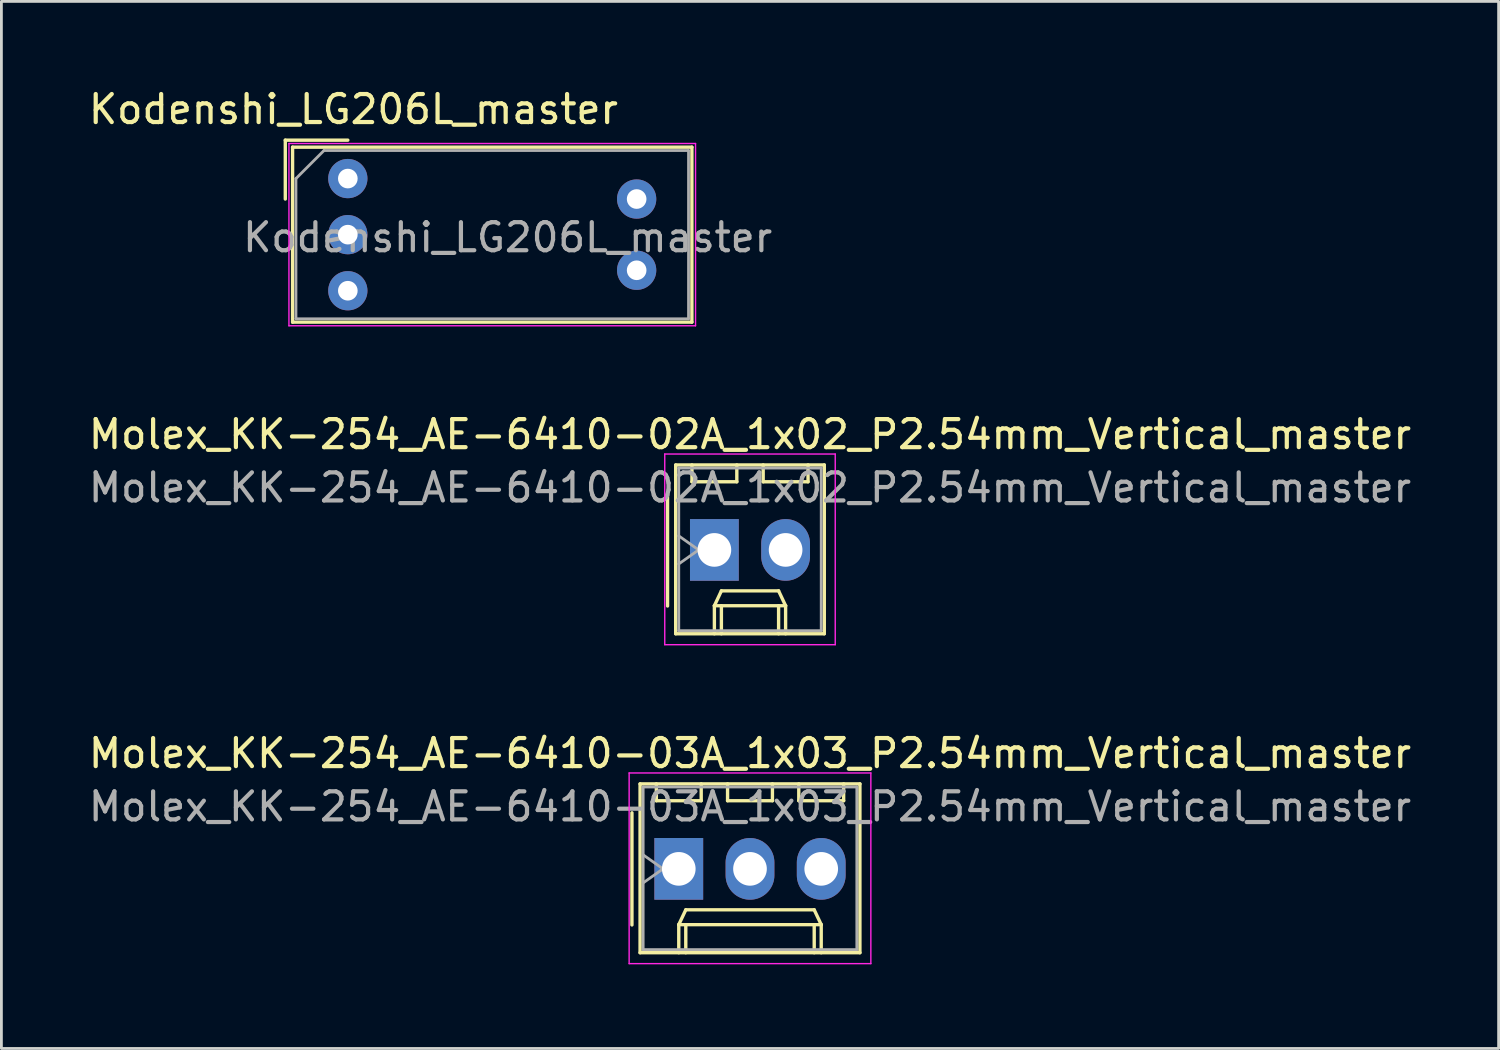
<source format=kicad_pcb>
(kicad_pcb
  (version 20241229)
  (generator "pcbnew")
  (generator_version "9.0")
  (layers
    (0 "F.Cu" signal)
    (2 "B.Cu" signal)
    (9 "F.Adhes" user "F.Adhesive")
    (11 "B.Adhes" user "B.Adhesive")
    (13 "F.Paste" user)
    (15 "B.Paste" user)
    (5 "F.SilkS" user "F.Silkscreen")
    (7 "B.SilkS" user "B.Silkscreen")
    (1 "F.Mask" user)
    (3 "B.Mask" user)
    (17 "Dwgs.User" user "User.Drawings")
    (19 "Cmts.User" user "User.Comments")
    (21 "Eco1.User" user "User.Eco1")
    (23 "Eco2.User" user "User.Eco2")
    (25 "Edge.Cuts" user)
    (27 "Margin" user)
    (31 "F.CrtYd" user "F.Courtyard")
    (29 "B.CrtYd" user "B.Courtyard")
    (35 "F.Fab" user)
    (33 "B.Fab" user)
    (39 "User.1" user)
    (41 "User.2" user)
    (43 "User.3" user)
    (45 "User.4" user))
  (footprint "Molex_KK-254_AE-6410-03A_1x03_P2.54mm_Vertical_master"
    (layer "F.Cu")
    (at 21.156 27.935)
    (property "Reference" "Molex_KK-254_AE-6410-03A_1x03_P2.54mm_Vertical_master" (at 2.54 -4.12 0) (layer "F.SilkS") (effects (font (size 1 1) (thickness 0.15))))
    (attr through_hole)
    (fp_line (start -1.67 -2) (end -1.67 2) (stroke (width 0.12) (type solid)) (layer "F.SilkS"))
    (fp_line (start -1.38 -3.03) (end -1.38 2.99) (stroke (width 0.12) (type solid)) (layer "F.SilkS"))
    (fp_line (start -1.38 2.99) (end 6.46 2.99) (stroke (width 0.12) (type solid)) (layer "F.SilkS"))
    (fp_line (start -0.8 -3.03) (end -0.8 -2.43) (stroke (width 0.12) (type solid)) (layer "F.SilkS"))
    (fp_line (start -0.8 -2.43) (end 0.8 -2.43) (stroke (width 0.12) (type solid)) (layer "F.SilkS"))
    (fp_line (start 0 1.99) (end 0.25 1.46) (stroke (width 0.12) (type solid)) (layer "F.SilkS"))
    (fp_line (start 0 1.99) (end 5.08 1.99) (stroke (width 0.12) (type solid)) (layer "F.SilkS"))
    (fp_line (start 0 2.99) (end 0 1.99) (stroke (width 0.12) (type solid)) (layer "F.SilkS"))
    (fp_line (start 0.25 1.46) (end 4.83 1.46) (stroke (width 0.12) (type solid)) (layer "F.SilkS"))
    (fp_line (start 0.25 2.99) (end 0.25 1.99) (stroke (width 0.12) (type solid)) (layer "F.SilkS"))
    (fp_line (start 0.8 -2.43) (end 0.8 -3.03) (stroke (width 0.12) (type solid)) (layer "F.SilkS"))
    (fp_line (start 1.74 -3.03) (end 1.74 -2.43) (stroke (width 0.12) (type solid)) (layer "F.SilkS"))
    (fp_line (start 1.74 -2.43) (end 3.34 -2.43) (stroke (width 0.12) (type solid)) (layer "F.SilkS"))
    (fp_line (start 3.34 -2.43) (end 3.34 -3.03) (stroke (width 0.12) (type solid)) (layer "F.SilkS"))
    (fp_line (start 4.28 -3.03) (end 4.28 -2.43) (stroke (width 0.12) (type solid)) (layer "F.SilkS"))
    (fp_line (start 4.28 -2.43) (end 5.88 -2.43) (stroke (width 0.12) (type solid)) (layer "F.SilkS"))
    (fp_line (start 4.83 1.46) (end 5.08 1.99) (stroke (width 0.12) (type solid)) (layer "F.SilkS"))
    (fp_line (start 4.83 2.99) (end 4.83 1.99) (stroke (width 0.12) (type solid)) (layer "F.SilkS"))
    (fp_line (start 5.08 1.99) (end 5.08 2.99) (stroke (width 0.12) (type solid)) (layer "F.SilkS"))
    (fp_line (start 5.88 -2.43) (end 5.88 -3.03) (stroke (width 0.12) (type solid)) (layer "F.SilkS"))
    (fp_line (start 6.46 -3.03) (end -1.38 -3.03) (stroke (width 0.12) (type solid)) (layer "F.SilkS"))
    (fp_line (start 6.46 2.99) (end 6.46 -3.03) (stroke (width 0.12) (type solid)) (layer "F.SilkS"))
    (fp_line (start -1.77 -3.42) (end -1.77 3.38) (stroke (width 0.05) (type solid)) (layer "F.CrtYd"))
    (fp_line (start -1.77 3.38) (end 6.85 3.38) (stroke (width 0.05) (type solid)) (layer "F.CrtYd"))
    (fp_line (start 6.85 -3.42) (end -1.77 -3.42) (stroke (width 0.05) (type solid)) (layer "F.CrtYd"))
    (fp_line (start 6.85 3.38) (end 6.85 -3.42) (stroke (width 0.05) (type solid)) (layer "F.CrtYd"))
    (fp_line (start -1.27 -2.92) (end -1.27 2.88) (stroke (width 0.1) (type solid)) (layer "F.Fab"))
    (fp_line (start -1.27 -0.5) (end -0.563 0) (stroke (width 0.1) (type solid)) (layer "F.Fab"))
    (fp_line (start -1.27 2.88) (end 6.35 2.88) (stroke (width 0.1) (type solid)) (layer "F.Fab"))
    (fp_line (start -0.563 0) (end -1.27 0.5) (stroke (width 0.1) (type solid)) (layer "F.Fab"))
    (fp_line (start 6.35 -2.92) (end -1.27 -2.92) (stroke (width 0.1) (type solid)) (layer "F.Fab"))
    (fp_line (start 6.35 2.88) (end 6.35 -2.92) (stroke (width 0.1) (type solid)) (layer "F.Fab"))
    (fp_text user "${REFERENCE}" (at 2.54 -2.22 0) (layer "F.Fab") (effects (font (size 1 1) (thickness 0.15))))
    (pad "1" thru_hole rect (at 0 0) (size 1.74 2.2) (drill 1.2) (layers "*.Cu" "*.Mask"))
    (pad "2" thru_hole oval (at 2.54 0) (size 1.74 2.2) (drill 1.2) (layers "*.Cu" "*.Mask"))
    (pad "3" thru_hole oval (at 5.08 0) (size 1.74 2.2) (drill 1.2) (layers "*.Cu" "*.Mask")))
  (footprint "Molex_KK-254_AE-6410-02A_1x02_P2.54mm_Vertical_master"
    (layer "F.Cu")
    (at 22.426 16.561)
    (property "Reference" "Molex_KK-254_AE-6410-02A_1x02_P2.54mm_Vertical_master" (at 1.27 -4.12 0) (layer "F.SilkS") (effects (font (size 1 1) (thickness 0.15))))
    (attr through_hole)
    (fp_line (start -1.67 -2) (end -1.67 2) (stroke (width 0.12) (type solid)) (layer "F.SilkS"))
    (fp_line (start -1.38 -3.03) (end -1.38 2.99) (stroke (width 0.12) (type solid)) (layer "F.SilkS"))
    (fp_line (start -1.38 2.99) (end 3.92 2.99) (stroke (width 0.12) (type solid)) (layer "F.SilkS"))
    (fp_line (start -0.8 -3.03) (end -0.8 -2.43) (stroke (width 0.12) (type solid)) (layer "F.SilkS"))
    (fp_line (start -0.8 -2.43) (end 0.8 -2.43) (stroke (width 0.12) (type solid)) (layer "F.SilkS"))
    (fp_line (start 0 1.99) (end 0.25 1.46) (stroke (width 0.12) (type solid)) (layer "F.SilkS"))
    (fp_line (start 0 1.99) (end 2.54 1.99) (stroke (width 0.12) (type solid)) (layer "F.SilkS"))
    (fp_line (start 0 2.99) (end 0 1.99) (stroke (width 0.12) (type solid)) (layer "F.SilkS"))
    (fp_line (start 0.25 1.46) (end 2.29 1.46) (stroke (width 0.12) (type solid)) (layer "F.SilkS"))
    (fp_line (start 0.25 2.99) (end 0.25 1.99) (stroke (width 0.12) (type solid)) (layer "F.SilkS"))
    (fp_line (start 0.8 -2.43) (end 0.8 -3.03) (stroke (width 0.12) (type solid)) (layer "F.SilkS"))
    (fp_line (start 1.74 -3.03) (end 1.74 -2.43) (stroke (width 0.12) (type solid)) (layer "F.SilkS"))
    (fp_line (start 1.74 -2.43) (end 3.34 -2.43) (stroke (width 0.12) (type solid)) (layer "F.SilkS"))
    (fp_line (start 2.29 1.46) (end 2.54 1.99) (stroke (width 0.12) (type solid)) (layer "F.SilkS"))
    (fp_line (start 2.29 2.99) (end 2.29 1.99) (stroke (width 0.12) (type solid)) (layer "F.SilkS"))
    (fp_line (start 2.54 1.99) (end 2.54 2.99) (stroke (width 0.12) (type solid)) (layer "F.SilkS"))
    (fp_line (start 3.34 -2.43) (end 3.34 -3.03) (stroke (width 0.12) (type solid)) (layer "F.SilkS"))
    (fp_line (start 3.92 -3.03) (end -1.38 -3.03) (stroke (width 0.12) (type solid)) (layer "F.SilkS"))
    (fp_line (start 3.92 2.99) (end 3.92 -3.03) (stroke (width 0.12) (type solid)) (layer "F.SilkS"))
    (fp_line (start -1.77 -3.42) (end -1.77 3.38) (stroke (width 0.05) (type solid)) (layer "F.CrtYd"))
    (fp_line (start -1.77 3.38) (end 4.31 3.38) (stroke (width 0.05) (type solid)) (layer "F.CrtYd"))
    (fp_line (start 4.31 -3.42) (end -1.77 -3.42) (stroke (width 0.05) (type solid)) (layer "F.CrtYd"))
    (fp_line (start 4.31 3.38) (end 4.31 -3.42) (stroke (width 0.05) (type solid)) (layer "F.CrtYd"))
    (fp_line (start -1.27 -2.92) (end -1.27 2.88) (stroke (width 0.1) (type solid)) (layer "F.Fab"))
    (fp_line (start -1.27 -0.5) (end -0.563 0) (stroke (width 0.1) (type solid)) (layer "F.Fab"))
    (fp_line (start -1.27 2.88) (end 3.81 2.88) (stroke (width 0.1) (type solid)) (layer "F.Fab"))
    (fp_line (start -0.563 0) (end -1.27 0.5) (stroke (width 0.1) (type solid)) (layer "F.Fab"))
    (fp_line (start 3.81 -2.92) (end -1.27 -2.92) (stroke (width 0.1) (type solid)) (layer "F.Fab"))
    (fp_line (start 3.81 2.88) (end 3.81 -2.92) (stroke (width 0.1) (type solid)) (layer "F.Fab"))
    (fp_text user "${REFERENCE}" (at 1.27 -2.22 0) (layer "F.Fab") (effects (font (size 1 1) (thickness 0.15))))
    (pad "1" thru_hole rect (at 0 0) (size 1.74 2.2) (drill 1.2) (layers "*.Cu" "*.Mask"))
    (pad "2" thru_hole oval (at 2.54 0) (size 1.74 2.2) (drill 1.2) (layers "*.Cu" "*.Mask")))
  (footprint "Kodenshi_LG206L_master"
    (layer "F.Cu")
    (at 9.354 3.318)
    (property "Reference" "Kodenshi_LG206L_master" (at 0.2 -2.47 0) (layer "F.SilkS") (effects (font (size 1 1) (thickness 0.15))))
    (attr through_hole)
    (fp_line (start -2.23 -1.37) (end 0 -1.37) (stroke (width 0.12) (type solid)) (layer "F.SilkS"))
    (fp_line (start -2.23 0.73) (end -2.23 -1.37) (stroke (width 0.12) (type solid)) (layer "F.SilkS"))
    (fp_line (start -1.97 -1.12) (end 12.27 -1.12) (stroke (width 0.12) (type solid)) (layer "F.SilkS"))
    (fp_line (start -1.97 5.12) (end -1.97 -1.12) (stroke (width 0.12) (type solid)) (layer "F.SilkS"))
    (fp_line (start 12.27 -1.12) (end 12.27 5.12) (stroke (width 0.12) (type solid)) (layer "F.SilkS"))
    (fp_line (start 12.27 5.12) (end -1.97 5.12) (stroke (width 0.12) (type solid)) (layer "F.SilkS"))
    (fp_line (start -2.1 -1.25) (end 12.4 -1.25) (stroke (width 0.05) (type solid)) (layer "F.CrtYd"))
    (fp_line (start -2.1 5.25) (end -2.1 -1.25) (stroke (width 0.05) (type solid)) (layer "F.CrtYd"))
    (fp_line (start 12.4 -1.25) (end 12.4 5.25) (stroke (width 0.05) (type solid)) (layer "F.CrtYd"))
    (fp_line (start 12.4 5.25) (end -2.1 5.25) (stroke (width 0.05) (type solid)) (layer "F.CrtYd"))
    (fp_line (start -1.85 0) (end -0.85 -1) (stroke (width 0.1) (type solid)) (layer "F.Fab"))
    (fp_line (start -1.85 5) (end -1.85 0) (stroke (width 0.1) (type solid)) (layer "F.Fab"))
    (fp_line (start -1.85 5) (end 12.15 5) (stroke (width 0.1) (type solid)) (layer "F.Fab"))
    (fp_line (start -0.85 -1) (end 12.15 -1) (stroke (width 0.1) (type solid)) (layer "F.Fab"))
    (fp_line (start 12.15 -1) (end 12.15 5) (stroke (width 0.1) (type solid)) (layer "F.Fab"))
    (fp_text user "${REFERENCE}" (at 5.7 2.1 0) (layer "F.Fab") (effects (font (size 1 1) (thickness 0.15))))
    (pad "1" thru_hole circle (at 0 0) (size 1.4 1.4) (drill 0.7) (layers "*.Cu" "*.Mask"))
    (pad "2" thru_hole circle (at 0 2) (size 1.4 1.4) (drill 0.7) (layers "*.Cu" "*.Mask"))
    (pad "3" thru_hole circle (at 0 4) (size 1.4 1.4) (drill 0.7) (layers "*.Cu" "*.Mask"))
    (pad "4" thru_hole circle (at 10.3 3.27) (size 1.4 1.4) (drill 0.7) (layers "*.Cu" "*.Mask"))
    (pad "5" thru_hole circle (at 10.3 0.73) (size 1.4 1.4) (drill 0.7) (layers "*.Cu" "*.Mask")))
  (gr_rect
    (start -3 -3)
    (end 50.393 34.34)
    (stroke (width 0.1) (type default))
    (fill no)
    (layer "Edge.Cuts")))
</source>
